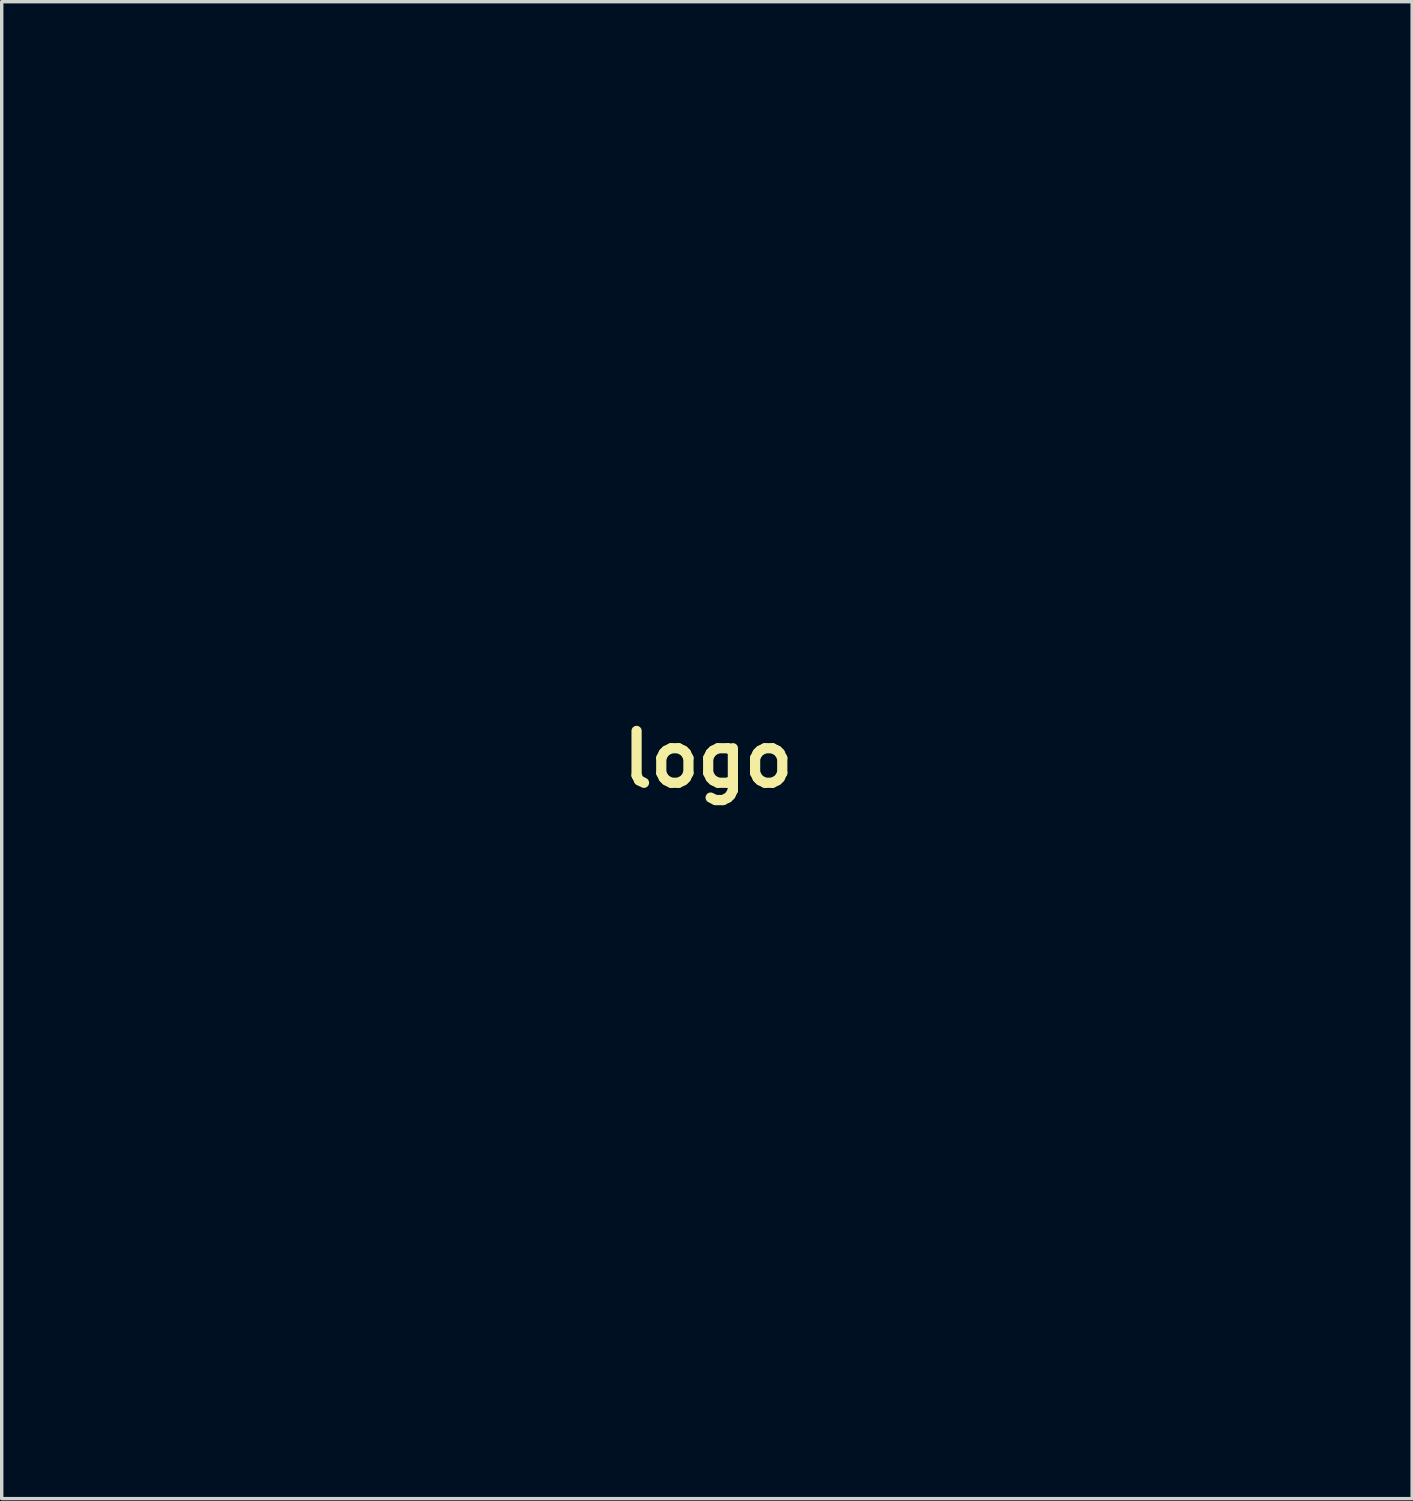
<source format=kicad_pcb>
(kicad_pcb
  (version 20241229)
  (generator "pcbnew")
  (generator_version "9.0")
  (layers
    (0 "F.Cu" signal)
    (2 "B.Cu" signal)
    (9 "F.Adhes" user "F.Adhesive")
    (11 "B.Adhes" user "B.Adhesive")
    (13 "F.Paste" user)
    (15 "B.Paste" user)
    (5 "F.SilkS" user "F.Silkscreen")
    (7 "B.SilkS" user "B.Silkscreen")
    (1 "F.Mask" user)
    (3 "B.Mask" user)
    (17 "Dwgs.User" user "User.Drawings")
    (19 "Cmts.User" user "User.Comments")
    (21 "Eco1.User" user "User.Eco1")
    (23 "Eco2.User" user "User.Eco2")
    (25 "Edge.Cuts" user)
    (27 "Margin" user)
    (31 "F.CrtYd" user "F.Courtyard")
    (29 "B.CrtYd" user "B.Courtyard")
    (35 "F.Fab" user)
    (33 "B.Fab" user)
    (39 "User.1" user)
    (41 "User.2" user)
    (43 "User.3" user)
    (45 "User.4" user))
  (footprint "logo"
    (layer "F.Cu")
    (at 17.764 19.267)
    (property "Reference" "logo" (at 0 0 0) (layer "F.SilkS") (effects (font (size 1.524 1.524) (thickness 0.3))))
    (attr through_hole)
    (fp_poly (pts (xy -5.097 -4.238) (xy -4.559 -4.113) (xy -4.054 -3.961) (xy -3.686 -3.807) (xy -3.556 -3.688) (xy -3.705 -3.59) (xy -4.089 -3.562) (xy -4.611 -3.601) (xy -5.175 -3.704) (xy -5.303 -3.737) (xy -5.825 -3.832) (xy -6.144 -3.753) (xy -6.177 -3.728) (xy -6.421 -3.638) (xy -6.502 -3.698) (xy -6.471 -3.925) (xy -6.159 -4.165) (xy -5.862 -4.295) (xy -5.566 -4.308) (xy -5.097 -4.238)) (stroke (width 0.01) (type solid)) (fill yes) (layer "F.Mask"))
    (fp_poly (pts (xy -8.039 -3.072) (xy -7.729 -2.701) (xy -7.441 -2.202) (xy -7.237 -1.673) (xy -7.19 -1.454) (xy -6.93 -0.681) (xy -6.449 -0.124) (xy -5.803 0.197) (xy -5.048 0.262) (xy -4.238 0.05) (xy -3.759 -0.212) (xy -3.253 -0.489) (xy -2.782 -0.656) (xy -2.618 -0.677) (xy -2.18 -0.677) (xy -2.656 0.202) (xy -3.049 0.814) (xy -3.564 1.477) (xy -3.945 1.895) (xy -4.568 2.431) (xy -5.13 2.678) (xy -5.722 2.648) (xy -6.437 2.355) (xy -6.588 2.273) (xy -7.56 1.918) (xy -8.134 1.863) (xy -8.657 1.818) (xy -9.032 1.706) (xy -9.115 1.644) (xy -9.203 1.377) (xy -9.227 0.943) (xy -9.198 0.445) (xy -9.126 -0.014) (xy -9.021 -0.33) (xy -8.909 -0.407) (xy -8.79 -0.495) (xy -8.766 -0.895) (xy -8.779 -1.1) (xy -8.801 -1.563) (xy -8.75 -1.763) (xy -8.601 -1.772) (xy -8.542 -1.751) (xy -8.366 -1.717) (xy -8.3 -1.846) (xy -8.323 -2.208) (xy -8.352 -2.427) (xy -8.386 -2.888) (xy -8.353 -3.173) (xy -8.309 -3.217) (xy -8.039 -3.072)) (stroke (width 0.01) (type solid)) (fill yes) (layer "F.Mask"))
    (fp_poly (pts (xy -0.545 6.336) (xy -0.289 6.549) (xy -0.184 6.96) (xy -0.169 7.369) (xy -0.196 8.21) (xy -0.296 8.927) (xy -0.499 9.599) (xy -0.836 10.306) (xy -1.335 11.126) (xy -1.902 11.961) (xy -2.209 12.537) (xy -2.475 13.274) (xy -2.586 13.72) (xy -2.72 14.315) (xy -2.847 14.651) (xy -3.01 14.804) (xy -3.224 14.849) (xy -3.636 14.796) (xy -4.157 14.623) (xy -4.318 14.55) (xy -4.873 14.351) (xy -5.416 14.267) (xy -5.538 14.271) (xy -5.92 14.27) (xy -6.085 14.119) (xy -6.13 13.893) (xy -6.206 13.616) (xy -6.414 13.477) (xy -6.852 13.414) (xy -6.909 13.41) (xy -7.359 13.357) (xy -7.546 13.255) (xy -7.542 13.061) (xy -7.533 13.032) (xy -7.519 12.816) (xy -7.699 12.687) (xy -8.124 12.596) (xy -8.596 12.466) (xy -8.734 12.281) (xy -8.537 12.043) (xy -8.284 11.889) (xy -7.783 11.755) (xy -7.004 11.751) (xy -6.773 11.769) (xy -6.088 11.828) (xy -5.447 11.878) (xy -5.08 11.903) (xy -4.487 11.938) (xy -4.548 10.231) (xy -4.566 9.398) (xy -4.545 8.811) (xy -4.475 8.38) (xy -4.343 8.012) (xy -4.269 7.859) (xy -3.734 7.175) (xy -2.937 6.674) (xy -1.913 6.378) (xy -1.746 6.353) (xy -1.011 6.283) (xy -0.545 6.336)) (stroke (width 0.01) (type solid)) (fill yes) (layer "F.Mask"))
    (fp_poly (pts (xy -14.665 -13.77) (xy -14.306 -13.448) (xy -13.778 -12.952) (xy -13.118 -12.317) (xy -12.359 -11.577) (xy -11.535 -10.767) (xy -10.681 -9.92) (xy -9.831 -9.07) (xy -9.02 -8.253) (xy -8.282 -7.502) (xy -7.651 -6.851) (xy -7.161 -6.334) (xy -6.847 -5.986) (xy -6.744 -5.843) (xy -6.884 -5.694) (xy -7.196 -5.492) (xy -7.541 -5.317) (xy -7.77 -5.249) (xy -7.927 -5.362) (xy -8.269 -5.669) (xy -8.742 -6.122) (xy -9.229 -6.604) (xy -9.784 -7.146) (xy -10.265 -7.585) (xy -10.617 -7.871) (xy -10.773 -7.959) (xy -10.964 -7.841) (xy -11.324 -7.525) (xy -11.793 -7.062) (xy -12.148 -6.689) (xy -12.656 -6.158) (xy -13.087 -5.736) (xy -13.385 -5.476) (xy -13.485 -5.419) (xy -13.673 -5.531) (xy -14.023 -5.829) (xy -14.464 -6.25) (xy -14.528 -6.315) (xy -15.413 -7.211) (xy -14.85 -7.757) (xy -14.288 -8.302) (xy -13.888 -7.876) (xy -13.558 -7.587) (xy -13.291 -7.452) (xy -13.273 -7.451) (xy -12.995 -7.553) (xy -12.972 -7.821) (xy -13.203 -8.2) (xy -13.274 -8.278) (xy -13.632 -8.732) (xy -13.69 -9.038) (xy -13.504 -9.187) (xy -13.382 -9.3) (xy -13.517 -9.53) (xy -13.755 -9.707) (xy -14.075 -9.649) (xy -14.155 -9.614) (xy -14.498 -9.519) (xy -14.773 -9.655) (xy -14.911 -9.793) (xy -15.234 -10.059) (xy -15.491 -10.16) (xy -15.782 -10.066) (xy -15.803 -9.807) (xy -15.554 -9.417) (xy -15.431 -9.283) (xy -14.918 -8.758) (xy -15.375 -8.274) (xy -15.709 -7.963) (xy -15.968 -7.798) (xy -16.008 -7.789) (xy -16.224 -7.904) (xy -16.569 -8.197) (xy -16.969 -8.59) (xy -17.349 -9.006) (xy -17.637 -9.369) (xy -17.759 -9.6) (xy -17.757 -9.624) (xy -17.618 -9.82) (xy -17.3 -10.188) (xy -16.864 -10.661) (xy -16.7 -10.833) (xy -16.212 -11.331) (xy -15.894 -11.616) (xy -15.685 -11.723) (xy -15.524 -11.688) (xy -15.391 -11.583) (xy -15.111 -11.398) (xy -14.873 -11.471) (xy -14.812 -11.519) (xy -14.685 -11.674) (xy -14.724 -11.862) (xy -14.964 -12.16) (xy -15.179 -12.386) (xy -15.812 -13.034) (xy -15.412 -13.459) (xy -15.09 -13.748) (xy -14.84 -13.884) (xy -14.823 -13.885) (xy -14.665 -13.77)) (stroke (width 0.01) (type solid)) (fill yes) (layer "F.Mask"))
    (fp_poly (pts (xy 14.75 -13.749) (xy 14.991 -13.542) (xy 15.301 -13.204) (xy 15.374 -12.926) (xy 15.201 -12.607) (xy 14.894 -12.269) (xy 14.586 -11.925) (xy 14.499 -11.717) (xy 14.602 -11.553) (xy 14.643 -11.518) (xy 14.896 -11.391) (xy 15.154 -11.523) (xy 15.21 -11.572) (xy 15.369 -11.685) (xy 15.537 -11.685) (xy 15.772 -11.54) (xy 16.132 -11.213) (xy 16.598 -10.749) (xy 17.685 -9.653) (xy 16.764 -8.721) (xy 16.305 -8.279) (xy 15.924 -7.953) (xy 15.692 -7.803) (xy 15.669 -7.799) (xy 15.459 -7.927) (xy 15.161 -8.232) (xy 15.091 -8.317) (xy 14.689 -8.826) (xy 15.152 -9.31) (xy 15.444 -9.712) (xy 15.48 -10.011) (xy 15.26 -10.155) (xy 15.175 -10.16) (xy 14.921 -10.046) (xy 14.592 -9.767) (xy 14.563 -9.737) (xy 14.279 -9.465) (xy 14.086 -9.426) (xy 13.857 -9.593) (xy 13.852 -9.597) (xy 13.569 -9.778) (xy 13.35 -9.692) (xy 13.335 -9.678) (xy 13.22 -9.443) (xy 13.352 -9.122) (xy 13.353 -9.121) (xy 13.469 -8.854) (xy 13.394 -8.611) (xy 13.131 -8.306) (xy 12.828 -7.879) (xy 12.798 -7.563) (xy 12.942 -7.327) (xy 13.144 -7.341) (xy 13.464 -7.618) (xy 13.547 -7.705) (xy 13.92 -8.034) (xy 14.229 -8.086) (xy 14.568 -7.855) (xy 14.776 -7.636) (xy 15.214 -7.144) (xy 14.423 -6.399) (xy 13.973 -5.987) (xy 13.597 -5.664) (xy 13.402 -5.515) (xy 13.193 -5.543) (xy 12.819 -5.796) (xy 12.263 -6.29) (xy 11.844 -6.698) (xy 10.514 -8.02) (xy 9.618 -7.189) (xy 9.153 -6.754) (xy 8.524 -6.155) (xy 7.808 -5.468) (xy 7.081 -4.766) (xy 6.973 -4.661) (xy 6.34 -4.052) (xy 5.787 -3.531) (xy 5.364 -3.145) (xy 5.117 -2.935) (xy 5.079 -2.911) (xy 4.947 -3.021) (xy 4.796 -3.363) (xy 4.753 -3.503) (xy 4.613 -4.074) (xy 4.593 -4.413) (xy 4.697 -4.609) (xy 4.815 -4.691) (xy 5.003 -4.845) (xy 5.394 -5.201) (xy 5.95 -5.723) (xy 6.634 -6.375) (xy 7.408 -7.123) (xy 7.821 -7.525) (xy 9.349 -9.014) (xy 10.689 -10.316) (xy 11.834 -11.42) (xy 12.773 -12.32) (xy 13.498 -13.007) (xy 14.001 -13.471) (xy 14.271 -13.705) (xy 14.513 -13.831) (xy 14.75 -13.749)) (stroke (width 0.01) (type solid)) (fill yes) (layer "F.Mask"))
    (fp_poly (pts (xy 1.133 -6.887) (xy 1.942 -6.597) (xy 2.573 -6.077) (xy 2.992 -5.335) (xy 3.131 -4.751) (xy 3.269 -4.133) (xy 3.511 -3.73) (xy 3.699 -3.564) (xy 3.942 -3.342) (xy 3.962 -3.227) (xy 3.937 -3.223) (xy 3.762 -3.085) (xy 3.74 -2.755) (xy 3.86 -2.335) (xy 4.075 -1.972) (xy 4.308 -1.555) (xy 4.25 -1.286) (xy 3.908 -1.186) (xy 3.885 -1.185) (xy 3.61 -1.084) (xy 3.598 -0.797) (xy 3.85 -0.352) (xy 3.907 -0.277) (xy 4.124 0.038) (xy 4.085 0.182) (xy 3.763 0.235) (xy 3.725 0.237) (xy 3.498 0.388) (xy 3.238 0.745) (xy 3.161 0.889) (xy 2.893 1.352) (xy 2.673 1.502) (xy 2.465 1.357) (xy 2.382 1.228) (xy 2.11 0.777) (xy 1.902 0.597) (xy 1.656 0.662) (xy 1.266 0.949) (xy 1.243 0.966) (xy 0.668 1.382) (xy 0.133 1.705) (xy -0.291 1.899) (xy -0.535 1.928) (xy -0.561 1.904) (xy -0.635 1.668) (xy -0.729 1.243) (xy -0.75 1.127) (xy -0.848 0.712) (xy -0.99 0.553) (xy -1.254 0.574) (xy -1.3 0.585) (xy -2.021 0.752) (xy -2.465 0.815) (xy -2.676 0.779) (xy -2.709 0.708) (xy -2.584 0.461) (xy -2.522 0.412) (xy -2.302 0.15) (xy -2.06 -0.318) (xy -1.847 -0.866) (xy -1.715 -1.37) (xy -1.697 -1.558) (xy -1.78 -1.955) (xy -2.063 -2.187) (xy -2.59 -2.272) (xy -3.247 -2.244) (xy -4.233 -2.154) (xy -4.233 -2.686) (xy -4.217 -3) (xy -4.108 -3.157) (xy -3.821 -3.211) (xy -3.387 -3.217) (xy -2.878 -3.236) (xy -2.624 -3.313) (xy -2.543 -3.48) (xy -2.54 -3.546) (xy -2.693 -3.923) (xy -3.086 -4.228) (xy -3.619 -4.393) (xy -3.805 -4.405) (xy -4.35 -4.472) (xy -4.648 -4.698) (xy -4.766 -5.078) (xy -4.769 -5.162) (xy -1.002 -5.162) (xy -0.903 -5.024) (xy -0.776 -4.924) (xy -0.604 -4.951) (xy -0.437 -5.013) (xy -0.19 -5.188) (xy -0.248 -5.347) (xy -0.583 -5.419) (xy -0.593 -5.419) (xy -0.942 -5.348) (xy -1.002 -5.162) (xy -4.769 -5.162) (xy -4.773 -5.327) (xy -4.653 -5.47) (xy -4.327 -5.557) (xy -3.94 -5.61) (xy -3.308 -5.752) (xy -2.568 -6.01) (xy -2.006 -6.265) (xy -0.876 -6.731) (xy 0.182 -6.935) (xy 1.133 -6.887)) (stroke (width 0.01) (type solid)) (fill yes) (layer "F.Mask"))
    (fp_poly (pts (xy -5.308 7.505) (xy -5.403 7.638) (xy -5.71 7.97) (xy -6.195 8.467) (xy -6.824 9.096) (xy -7.564 9.821) (xy -7.955 10.199) (xy -10.673 12.821) (xy -9.919 13.11) (xy -9.048 13.598) (xy -8.419 14.27) (xy -8.046 15.067) (xy -7.945 15.933) (xy -8.131 16.809) (xy -8.617 17.637) (xy -8.724 17.761) (xy -9.483 18.387) (xy -10.334 18.707) (xy -11.231 18.707) (xy -11.525 18.635) (xy -12.297 18.319) (xy -12.862 17.92) (xy -13.006 17.753) (xy -13.385 17.5) (xy -13.816 17.441) (xy -14.75 17.28) (xy -15.562 16.812) (xy -16.022 16.33) (xy -16.291 15.931) (xy -16.443 15.538) (xy -16.515 15.025) (xy -16.527 14.727) (xy -15.409 14.727) (xy -15.286 15.165) (xy -14.976 15.634) (xy -14.573 16.029) (xy -14.171 16.243) (xy -14.065 16.256) (xy -13.872 16.181) (xy -13.747 15.91) (xy -13.716 15.722) (xy -12.512 15.722) (xy -12.439 16.367) (xy -12.131 16.944) (xy -11.619 17.349) (xy -10.912 17.539) (xy -10.231 17.399) (xy -9.616 16.938) (xy -9.61 16.931) (xy -9.222 16.291) (xy -9.142 15.607) (xy -9.371 14.952) (xy -9.572 14.69) (xy -10.166 14.231) (xy -10.819 14.099) (xy -11.385 14.209) (xy -11.979 14.559) (xy -12.356 15.091) (xy -12.512 15.722) (xy -13.716 15.722) (xy -13.659 15.377) (xy -13.607 14.879) (xy -13.586 14.547) (xy -13.593 14.469) (xy -13.768 14.436) (xy -14.176 14.381) (xy -14.52 14.34) (xy -15.409 14.24) (xy -15.409 14.727) (xy -16.527 14.727) (xy -16.537 14.491) (xy -16.59 13.779) (xy -16.702 13.107) (xy -16.833 12.663) (xy -17.085 11.705) (xy -17.071 11.46) (xy -15.917 11.46) (xy -15.776 12.192) (xy -15.397 12.757) (xy -14.846 13.111) (xy -14.189 13.212) (xy -13.493 13.019) (xy -12.929 12.577) (xy -12.615 12.011) (xy -12.537 11.391) (xy -12.679 10.791) (xy -13.025 10.282) (xy -13.56 9.935) (xy -14.193 9.821) (xy -14.91 9.967) (xy -15.478 10.364) (xy -15.832 10.948) (xy -15.917 11.46) (xy -17.071 11.46) (xy -17.033 10.795) (xy -16.708 9.984) (xy -16.141 9.325) (xy -15.362 8.868) (xy -14.495 8.673) (xy -13.483 8.731) (xy -12.638 9.082) (xy -11.968 9.723) (xy -11.478 10.647) (xy -11.438 10.761) (xy -11.232 11.358) (xy -9.384 9.585) (xy -8.669 8.904) (xy -8.14 8.419) (xy -7.738 8.093) (xy -7.404 7.885) (xy -7.082 7.757) (xy -6.713 7.67) (xy -6.457 7.623) (xy -5.894 7.536) (xy -5.478 7.495) (xy -5.308 7.505)) (stroke (width 0.01) (type solid)) (fill yes) (layer "F.Mask"))
    (fp_poly (pts (xy 7.785 8.579) (xy 8.134 8.885) (xy 8.619 9.338) (xy 9.19 9.892) (xy 9.204 9.906) (xy 9.774 10.461) (xy 10.254 10.917) (xy 10.596 11.227) (xy 10.749 11.345) (xy 10.75 11.345) (xy 10.826 11.206) (xy 10.837 11.075) (xy 10.98 10.489) (xy 11.36 9.867) (xy 11.906 9.311) (xy 12.171 9.121) (xy 13.074 8.73) (xy 14.002 8.649) (xy 14.892 8.86) (xy 15.68 9.348) (xy 16.303 10.094) (xy 16.404 10.276) (xy 16.552 10.811) (xy 16.585 11.509) (xy 16.507 12.217) (xy 16.324 12.783) (xy 16.323 12.785) (xy 16.155 13.299) (xy 16.051 14.041) (xy 16.028 14.508) (xy 15.985 15.252) (xy 15.879 15.764) (xy 15.687 16.147) (xy 15.648 16.202) (xy 15.02 16.848) (xy 14.292 17.28) (xy 13.556 17.441) (xy 13.54 17.441) (xy 12.933 17.55) (xy 12.395 17.918) (xy 11.604 18.452) (xy 10.706 18.723) (xy 9.79 18.712) (xy 9.213 18.539) (xy 8.604 18.14) (xy 8.05 17.552) (xy 7.65 16.896) (xy 7.523 16.504) (xy 7.497 16.033) (xy 8.651 16.033) (xy 8.929 16.696) (xy 9.212 17.035) (xy 9.704 17.444) (xy 10.166 17.592) (xy 10.73 17.506) (xy 10.97 17.429) (xy 11.575 17.064) (xy 11.916 16.49) (xy 11.986 15.725) (xy 11.978 15.635) (xy 11.759 14.926) (xy 11.374 14.472) (xy 12.969 14.472) (xy 12.986 14.628) (xy 13.033 14.721) (xy 13.154 15.115) (xy 13.208 15.623) (xy 13.208 15.652) (xy 13.243 16.064) (xy 13.384 16.232) (xy 13.56 16.256) (xy 13.899 16.141) (xy 14.305 15.856) (xy 14.406 15.761) (xy 14.69 15.382) (xy 14.869 14.96) (xy 14.933 14.581) (xy 14.867 14.326) (xy 14.659 14.282) (xy 14.633 14.291) (xy 14.304 14.354) (xy 13.8 14.39) (xy 13.612 14.393) (xy 13.155 14.407) (xy 12.969 14.472) (xy 11.374 14.472) (xy 11.326 14.416) (xy 10.745 14.143) (xy 10.084 14.146) (xy 9.675 14.297) (xy 9.033 14.779) (xy 8.688 15.376) (xy 8.651 16.033) (xy 7.497 16.033) (xy 7.476 15.643) (xy 7.633 14.82) (xy 7.927 14.228) (xy 8.381 13.749) (xy 8.937 13.344) (xy 9.48 13.089) (xy 9.762 13.039) (xy 10.068 12.985) (xy 10.16 12.892) (xy 10.044 12.725) (xy 9.728 12.377) (xy 9.257 11.895) (xy 9.165 11.805) (xy 12.073 11.805) (xy 12.277 12.361) (xy 12.64 12.867) (xy 13.127 13.13) (xy 13.771 13.203) (xy 14.33 13.124) (xy 14.797 12.825) (xy 14.914 12.713) (xy 15.32 12.094) (xy 15.415 11.402) (xy 15.197 10.705) (xy 15.001 10.414) (xy 14.711 10.106) (xy 14.396 9.955) (xy 13.923 9.908) (xy 13.716 9.906) (xy 13.163 9.932) (xy 12.812 10.044) (xy 12.529 10.296) (xy 12.431 10.414) (xy 12.085 11.083) (xy 12.073 11.805) (xy 9.165 11.805) (xy 8.68 11.331) (xy 8.614 11.267) (xy 7.068 9.79) (xy 7.286 9.128) (xy 7.449 8.717) (xy 7.591 8.485) (xy 7.625 8.467) (xy 7.785 8.579)) (stroke (width 0.01) (type solid)) (fill yes) (layer "F.Mask"))
    (fp_poly (pts (xy 0.211 -19.047) (xy 0.317 -18.949) (xy 0.563 -18.686) (xy 0.567 -18.521) (xy 0.425 -18.395) (xy 0.274 -18.237) (xy 0.347 -18.071) (xy 0.626 -17.845) (xy 1.074 -17.599) (xy 1.676 -17.37) (xy 1.99 -17.282) (xy 3.007 -16.937) (xy 3.757 -16.436) (xy 4.264 -15.745) (xy 4.552 -14.831) (xy 4.644 -13.66) (xy 4.643 -13.547) (xy 4.608 -12.7) (xy 4.5 -11.949) (xy 4.291 -11.142) (xy 4.083 -10.499) (xy 3.772 -9.6) (xy 3.526 -8.981) (xy 3.304 -8.597) (xy 3.067 -8.406) (xy 2.773 -8.366) (xy 2.382 -8.433) (xy 2.169 -8.485) (xy 1.331 -8.624) (xy 0.31 -8.687) (xy -0.769 -8.675) (xy -1.78 -8.591) (xy -2.597 -8.436) (xy -2.656 -8.418) (xy -3.535 -8.153) (xy -4.052 -9.394) (xy -4.454 -10.519) (xy -3.725 -10.519) (xy -3.627 -10.185) (xy -3.392 -9.792) (xy -3.109 -9.46) (xy -2.864 -9.314) (xy -2.855 -9.313) (xy -2.581 -9.387) (xy -2.36 -9.489) (xy -2.096 -9.732) (xy -2.032 -9.912) (xy -1.944 -10.135) (xy -1.76 -10.101) (xy -1.632 -9.906) (xy -1.398 -9.692) (xy -1.023 -9.671) (xy -0.635 -9.829) (xy -0.433 -10.028) (xy -0.169 -10.405) (xy 0.094 -10.028) (xy 0.462 -9.733) (xy 0.912 -9.661) (xy 1.3 -9.834) (xy 1.304 -9.838) (xy 1.521 -9.904) (xy 1.823 -9.691) (xy 1.846 -9.669) (xy 2.26 -9.367) (xy 2.626 -9.383) (xy 3.006 -9.723) (xy 3.036 -9.76) (xy 3.318 -10.23) (xy 3.339 -10.613) (xy 3.08 -10.925) (xy 2.526 -11.18) (xy 1.659 -11.392) (xy 1.075 -11.491) (xy 0.178 -11.572) (xy -0.751 -11.559) (xy -1.65 -11.465) (xy -2.459 -11.303) (xy -3.115 -11.084) (xy -3.558 -10.822) (xy -3.725 -10.528) (xy -3.725 -10.519) (xy -4.454 -10.519) (xy -4.629 -11.006) (xy -4.968 -12.486) (xy -5.036 -13.367) (xy -4.338 -13.367) (xy -4.324 -13.06) (xy -4.306 -12.967) (xy -4.173 -12.528) (xy -4.024 -12.234) (xy -3.715 -12.072) (xy -3.258 -12.032) (xy -2.825 -12.124) (xy -2.74 -12.169) (xy -2.52 -12.446) (xy -2.457 -12.632) (xy -2.401 -12.915) (xy -2.384 -12.989) (xy -2.27 -12.907) (xy -2.008 -12.661) (xy -1.955 -12.608) (xy -1.591 -12.323) (xy -1.268 -12.193) (xy -1.249 -12.192) (xy -0.879 -12.312) (xy -0.533 -12.595) (xy -0.345 -12.92) (xy -0.339 -12.98) (xy -0.238 -13.188) (xy -0.169 -13.208) (xy -0.015 -13.073) (xy 0 -12.98) (xy 0.116 -12.702) (xy 0.327 -12.457) (xy 0.771 -12.263) (xy 1.295 -12.365) (xy 1.713 -12.641) (xy 1.93 -12.773) (xy 2.113 -12.666) (xy 2.267 -12.451) (xy 2.663 -12.094) (xy 3.031 -12.023) (xy 3.487 -12.106) (xy 3.778 -12.397) (xy 3.965 -12.96) (xy 3.969 -12.979) (xy 4.016 -13.313) (xy 3.924 -13.514) (xy 3.619 -13.676) (xy 3.354 -13.776) (xy 2.389 -14.092) (xy 1.53 -14.282) (xy 0.617 -14.373) (xy -0.254 -14.391) (xy -1.404 -14.354) (xy -2.347 -14.226) (xy -3.209 -13.987) (xy -3.775 -13.765) (xy -4.18 -13.565) (xy -4.338 -13.367) (xy -5.036 -13.367) (xy -5.07 -13.809) (xy -4.933 -14.954) (xy -4.881 -15.087) (xy -4.212 -15.087) (xy -4.176 -14.828) (xy -4.015 -14.609) (xy -3.733 -14.598) (xy -3.259 -14.795) (xy -3.209 -14.821) (xy -2.868 -15.03) (xy -2.708 -15.192) (xy -2.707 -15.202) (xy -2.624 -15.439) (xy -2.555 -15.56) (xy -2.404 -15.683) (xy -2.181 -15.576) (xy -2.018 -15.433) (xy -1.636 -15.172) (xy -1.294 -15.071) (xy -0.897 -15.188) (xy -0.536 -15.467) (xy -0.345 -15.797) (xy -0.339 -15.859) (xy -0.238 -16.067) (xy -0.169 -16.087) (xy -0.023 -15.948) (xy 0 -15.809) (xy 0.149 -15.458) (xy 0.514 -15.182) (xy 0.942 -15.076) (xy 1.319 -15.183) (xy 1.654 -15.409) (xy 1.997 -15.69) (xy 2.166 -15.717) (xy 2.201 -15.572) (xy 2.348 -15.225) (xy 2.708 -14.905) (xy 3.159 -14.689) (xy 3.577 -14.652) (xy 3.641 -14.671) (xy 3.869 -14.887) (xy 3.839 -15.219) (xy 3.587 -15.615) (xy 3.15 -16.025) (xy 2.563 -16.398) (xy 2.286 -16.531) (xy 1.802 -16.685) (xy 1.167 -16.778) (xy 0.307 -16.819) (xy -0.173 -16.824) (xy -1.033 -16.813) (xy -1.655 -16.77) (xy -2.142 -16.679) (xy -2.595 -16.524) (xy -2.883 -16.399) (xy -3.571 -15.995) (xy -4.027 -15.543) (xy -4.212 -15.087) (xy -4.881 -15.087) (xy -4.558 -15.897) (xy -4.197 -16.379) (xy -3.813 -16.663) (xy -3.23 -16.965) (xy -2.577 -17.231) (xy -1.987 -17.404) (xy -1.696 -17.441) (xy -1.341 -17.541) (xy -0.994 -17.782) (xy -0.742 -18.078) (xy -0.669 -18.344) (xy -0.713 -18.425) (xy -0.798 -18.645) (xy -0.614 -18.942) (xy -0.596 -18.961) (xy -0.313 -19.233) (xy -0.086 -19.262) (xy 0.211 -19.047)) (stroke (width 0.01) (type solid)) (fill yes) (layer "F.Mask"))
    (fp_poly (pts (xy 7.854 -2.689) (xy 8.061 -2.524) (xy 8.275 -2.283) (xy 8.428 -1.985) (xy 8.538 -1.558) (xy 8.625 -0.931) (xy 8.7 -0.128) (xy 8.737 0.413) (xy 8.719 0.682) (xy 8.627 0.744) (xy 8.464 0.676) (xy 7.777 0.146) (xy 7.333 -0.548) (xy 7.19 -1.156) (xy 7.176 -1.607) (xy 7.237 -1.795) (xy 7.399 -1.79) (xy 7.421 -1.782) (xy 7.6 -1.732) (xy 7.538 -1.84) (xy 7.405 -1.978) (xy 7.059 -2.175) (xy 6.761 -2.065) (xy 6.549 -1.677) (xy 6.467 -1.211) (xy 6.462 -0.814) (xy 6.549 -0.491) (xy 6.777 -0.142) (xy 7.194 0.334) (xy 7.238 0.381) (xy 7.869 1.095) (xy 8.298 1.677) (xy 8.579 2.217) (xy 8.766 2.805) (xy 8.814 3.013) (xy 8.886 4.107) (xy 8.636 5.145) (xy 8.082 6.089) (xy 7.241 6.903) (xy 6.918 7.128) (xy 6.283 7.588) (xy 5.923 7.967) (xy 5.852 8.248) (xy 6.081 8.414) (xy 6.083 8.414) (xy 6.31 8.501) (xy 6.404 8.653) (xy 6.36 8.934) (xy 6.171 9.406) (xy 5.942 9.901) (xy 5.663 10.593) (xy 5.387 11.447) (xy 5.17 12.29) (xy 5.153 12.372) (xy 4.967 13.187) (xy 4.787 13.73) (xy 4.57 14.067) (xy 4.275 14.261) (xy 3.872 14.375) (xy 3.4 14.57) (xy 3.244 14.823) (xy 3.103 15.224) (xy 2.877 15.298) (xy 2.578 15.072) (xy 2.238 14.707) (xy 1.881 15.09) (xy 1.629 15.401) (xy 1.524 15.611) (xy 1.386 15.733) (xy 1.27 15.748) (xy 1.046 15.612) (xy 1.016 15.494) (xy 0.911 15.271) (xy 0.633 15.292) (xy 0.234 15.545) (xy 0.12 15.646) (xy -0.193 15.889) (xy -0.396 15.965) (xy -0.413 15.956) (xy -0.494 15.698) (xy -0.495 15.278) (xy -0.418 14.866) (xy -0.402 14.822) (xy -0.202 14.604) (xy 0.21 14.314) (xy 0.656 14.063) (xy 1.237 13.733) (xy 1.746 13.382) (xy 2 13.161) (xy 2.225 12.837) (xy 2.452 12.385) (xy 2.644 11.899) (xy 2.767 11.475) (xy 2.786 11.207) (xy 2.744 11.16) (xy 2.513 11.157) (xy 2.081 11.166) (xy 1.917 11.172) (xy 1.218 11.096) (xy 0.769 10.795) (xy 0.56 10.26) (xy 0.566 9.614) (xy 0.793 8.724) (xy 1.239 7.782) (xy 1.836 6.92) (xy 2.001 6.731) (xy 2.28 6.401) (xy 2.333 6.269) (xy 2.198 6.317) (xy 1.911 6.526) (xy 1.508 6.881) (xy 1.325 7.057) (xy 0.521 7.848) (xy 0.408 7.14) (xy 0.141 6.387) (xy -0.375 5.672) (xy -0.893 5.158) (xy -1.298 4.942) (xy -1.62 5.013) (xy -1.82 5.244) (xy -2.042 5.509) (xy -2.376 5.736) (xy -2.873 5.943) (xy -3.579 6.148) (xy -4.545 6.369) (xy -5.249 6.513) (xy -6.298 6.734) (xy -7.09 6.938) (xy -7.708 7.15) (xy -8.23 7.396) (xy -8.493 7.548) (xy -9.087 7.866) (xy -9.538 8.023) (xy -9.729 8.023) (xy -10.02 7.788) (xy -10.37 7.339) (xy -10.717 6.778) (xy -11 6.206) (xy -11.16 5.727) (xy -11.176 5.585) (xy -11.121 5.23) (xy -10.987 5.08) (xy -10.986 5.08) (xy -10.869 4.934) (xy -10.897 4.572) (xy -10.929 4.205) (xy -10.805 4.071) (xy -10.73 4.064) (xy -10.547 3.974) (xy -10.584 3.768) (xy -10.77 3.262) (xy -10.792 2.991) (xy -10.647 2.887) (xy -10.523 2.879) (xy -10.279 2.833) (xy -10.269 2.63) (xy -10.323 2.473) (xy -10.411 2.091) (xy -10.28 1.96) (xy -9.917 2.07) (xy -9.806 2.125) (xy -9.546 2.3) (xy -9.348 2.558) (xy -9.181 2.969) (xy -9.017 3.599) (xy -8.886 4.21) (xy -8.77 4.78) (xy -7.899 4.668) (xy -7.112 4.55) (xy -6.494 4.401) (xy -5.961 4.175) (xy -5.429 3.831) (xy -4.816 3.326) (xy -4.157 2.726) (xy -3.251 1.916) (xy -2.532 1.349) (xy -1.972 1.007) (xy -1.544 0.874) (xy -1.273 0.907) (xy -1.075 1.134) (xy -1.016 1.42) (xy -0.95 1.974) (xy -0.77 2.306) (xy -0.609 2.371) (xy -0.381 2.283) (xy 0.045 2.049) (xy 0.588 1.716) (xy 0.737 1.619) (xy 1.881 0.868) (xy 2.21 1.408) (xy 2.442 1.807) (xy 2.585 2.09) (xy 2.596 2.117) (xy 2.727 2.112) (xy 2.984 1.896) (xy 3.079 1.791) (xy 3.504 1.296) (xy 3.595 3.061) (xy 3.726 4.4) (xy 3.967 5.421) (xy 4.323 6.128) (xy 4.797 6.525) (xy 5.393 6.615) (xy 6.114 6.402) (xy 6.625 6.119) (xy 7.347 5.524) (xy 7.786 4.86) (xy 7.931 4.172) (xy 7.774 3.501) (xy 7.354 2.941) (xy 7.012 2.577) (xy 6.946 2.393) (xy 7.015 2.371) (xy 7.248 2.296) (xy 7.281 2.228) (xy 7.154 1.991) (xy 6.867 1.723) (xy 6.56 1.544) (xy 6.464 1.524) (xy 6.277 1.411) (xy 6.265 1.355) (xy 6.407 1.217) (xy 6.604 1.185) (xy 6.869 1.146) (xy 6.903 1.001) (xy 6.697 0.708) (xy 6.407 0.394) (xy 6.055 -0.043) (xy 5.871 -0.52) (xy 5.796 -1.064) (xy 5.774 -1.641) (xy 5.85 -2.027) (xy 6.059 -2.361) (xy 6.134 -2.451) (xy 6.657 -2.832) (xy 7.258 -2.913) (xy 7.854 -2.689)) (stroke (width 0.01) (type solid)) (fill yes) (layer "F.Mask")))
  (gr_rect
    (start -3 -3)
    (end 38.454 40.995)
    (stroke (width 0.1) (type default))
    (fill no)
    (layer "Edge.Cuts")))
</source>
